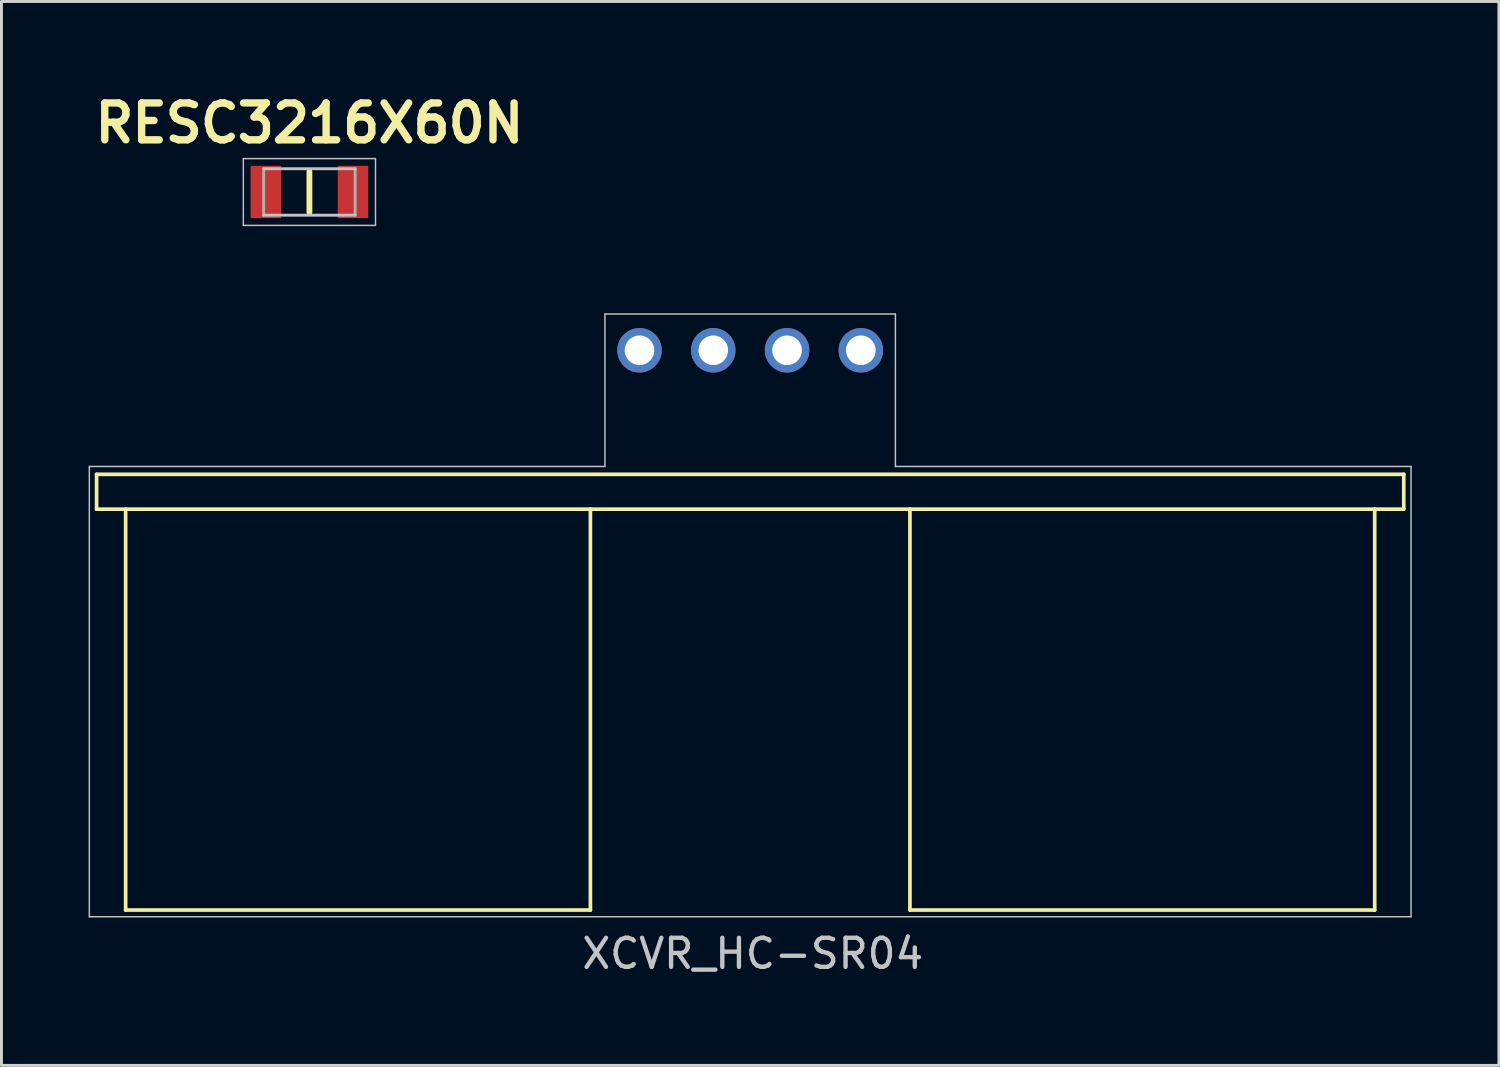
<source format=kicad_pcb>
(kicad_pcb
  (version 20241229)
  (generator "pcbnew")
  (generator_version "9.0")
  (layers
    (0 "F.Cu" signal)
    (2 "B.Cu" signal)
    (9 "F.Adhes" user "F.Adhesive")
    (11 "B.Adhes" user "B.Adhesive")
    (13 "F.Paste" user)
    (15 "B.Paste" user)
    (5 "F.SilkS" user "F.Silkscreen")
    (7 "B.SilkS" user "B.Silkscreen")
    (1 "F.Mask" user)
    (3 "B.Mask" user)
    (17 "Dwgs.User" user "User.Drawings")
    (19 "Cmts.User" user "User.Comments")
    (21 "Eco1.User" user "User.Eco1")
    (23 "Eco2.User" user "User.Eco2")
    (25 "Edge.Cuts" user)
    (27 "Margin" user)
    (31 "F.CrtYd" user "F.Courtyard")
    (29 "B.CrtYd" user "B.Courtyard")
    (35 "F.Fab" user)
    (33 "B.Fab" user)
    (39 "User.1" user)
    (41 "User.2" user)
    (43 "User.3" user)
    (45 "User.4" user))
  (footprint "XCVR_HC-SR04"
    (layer "F.Cu")
    (at 22.775 9.009)
    (property "Reference" "XCVR_HC-SR04" (at 0.09 20.77 0) (layer "Dwgs.User") (effects (font (size 1.001 1.001) (thickness 0.15))))
    (attr through_hole)
    (fp_line (start -22.5 4.27) (end 22.5 4.27) (stroke (width 0.127) (type solid)) (layer "F.SilkS"))
    (fp_line (start -22.5 5.47) (end -22.5 4.27) (stroke (width 0.127) (type solid)) (layer "F.SilkS"))
    (fp_line (start -21.5 5.47) (end -22.5 5.47) (stroke (width 0.127) (type solid)) (layer "F.SilkS"))
    (fp_line (start -21.5 5.47) (end -21.5 19.27) (stroke (width 0.127) (type solid)) (layer "F.SilkS"))
    (fp_line (start -21.5 19.27) (end -5.5 19.27) (stroke (width 0.127) (type solid)) (layer "F.SilkS"))
    (fp_line (start -5.5 5.47) (end -21.5 5.47) (stroke (width 0.127) (type solid)) (layer "F.SilkS"))
    (fp_line (start -5.5 5.47) (end -5.5 19.27) (stroke (width 0.127) (type solid)) (layer "F.SilkS"))
    (fp_line (start 5.5 5.47) (end -5.5 5.47) (stroke (width 0.127) (type solid)) (layer "F.SilkS"))
    (fp_line (start 5.5 5.47) (end 5.5 19.27) (stroke (width 0.127) (type solid)) (layer "F.SilkS"))
    (fp_line (start 5.5 19.27) (end 21.5 19.27) (stroke (width 0.127) (type solid)) (layer "F.SilkS"))
    (fp_line (start 21.5 5.47) (end 5.5 5.47) (stroke (width 0.127) (type solid)) (layer "F.SilkS"))
    (fp_line (start 21.5 5.47) (end 21.5 19.27) (stroke (width 0.127) (type solid)) (layer "F.SilkS"))
    (fp_line (start 22.5 4.27) (end 22.5 5.47) (stroke (width 0.127) (type solid)) (layer "F.SilkS"))
    (fp_line (start 22.5 5.47) (end 21.5 5.47) (stroke (width 0.127) (type solid)) (layer "F.SilkS"))
    (fp_line (start -22.75 4) (end -22.75 19.5) (stroke (width 0.05) (type solid)) (layer "Dwgs.User"))
    (fp_line (start -22.75 19.5) (end 22.75 19.5) (stroke (width 0.05) (type solid)) (layer "Dwgs.User"))
    (fp_line (start -5 -1.25) (end -5 4) (stroke (width 0.05) (type solid)) (layer "Dwgs.User"))
    (fp_line (start -5 4) (end -22.75 4) (stroke (width 0.05) (type solid)) (layer "Dwgs.User"))
    (fp_line (start 5 -1.25) (end -5 -1.25) (stroke (width 0.05) (type solid)) (layer "Dwgs.User"))
    (fp_line (start 5 4) (end 5 -1.25) (stroke (width 0.05) (type solid)) (layer "Dwgs.User"))
    (fp_line (start 22.75 4) (end 5 4) (stroke (width 0.05) (type solid)) (layer "Dwgs.User"))
    (fp_line (start 22.75 19.5) (end 22.75 4) (stroke (width 0.05) (type solid)) (layer "Dwgs.User"))
    (pad "1" thru_hole circle (at -3.81 0) (size 1.53 1.53) (drill 1.02) (layers "*.Cu" "*.Mask"))
    (pad "2" thru_hole circle (at -1.27 0) (size 1.53 1.53) (drill 1.02) (layers "*.Cu" "*.Mask"))
    (pad "3" thru_hole circle (at 1.27 0) (size 1.53 1.53) (drill 1.02) (layers "*.Cu" "*.Mask"))
    (pad "4" thru_hole circle (at 3.81 0) (size 1.53 1.53) (drill 1.02) (layers "*.Cu" "*.Mask")))
  (footprint "RESC3216X60N"
    (layer "F.Cu")
    (at 7.602 3.559)
    (property "Reference" "RESC3216X60N" (at 0 -2.37 0) (layer "F.SilkS") (effects (font (size 1.27 1.27) (thickness 0.254))))
    (attr smd)
    (fp_line (start 0 -0.7) (end 0 0.7) (stroke (width 0.2) (type solid)) (layer "F.SilkS"))
    (fp_line (start -2.275 -1.15) (end 2.275 -1.15) (stroke (width 0.05) (type solid)) (layer "Dwgs.User"))
    (fp_line (start -2.275 1.15) (end -2.275 -1.15) (stroke (width 0.05) (type solid)) (layer "Dwgs.User"))
    (fp_line (start -1.575 -0.8) (end 1.575 -0.8) (stroke (width 0.1) (type solid)) (layer "Dwgs.User"))
    (fp_line (start 1.575 0.8) (end -1.575 0.8) (stroke (width 0.1) (type solid)) (layer "Dwgs.User"))
    (fp_line (start 2.275 -1.15) (end 2.275 1.15) (stroke (width 0.05) (type solid)) (layer "Dwgs.User"))
    (fp_line (start 2.275 1.15) (end -2.275 1.15) (stroke (width 0.05) (type solid)) (layer "Dwgs.User"))
    (fp_line (start -1.575 0.8) (end -1.575 -0.8) (stroke (width 0.1) (type solid)) (layer "F.Fab"))
    (fp_line (start 1.575 -0.8) (end 1.575 0.8) (stroke (width 0.1) (type solid)) (layer "F.Fab"))
    (pad "1" smd rect (at -1.5 0) (size 1.05 1.8) (layers "F.Cu" "F.Mask" "F.Paste"))
    (pad "2" smd rect (at 1.5 0) (size 1.05 1.8) (layers "F.Cu" "F.Mask" "F.Paste")))
  (gr_rect
    (start -3 -3)
    (end 48.55 33.627)
    (stroke (width 0.1) (type default))
    (fill no)
    (layer "Edge.Cuts")))
</source>
